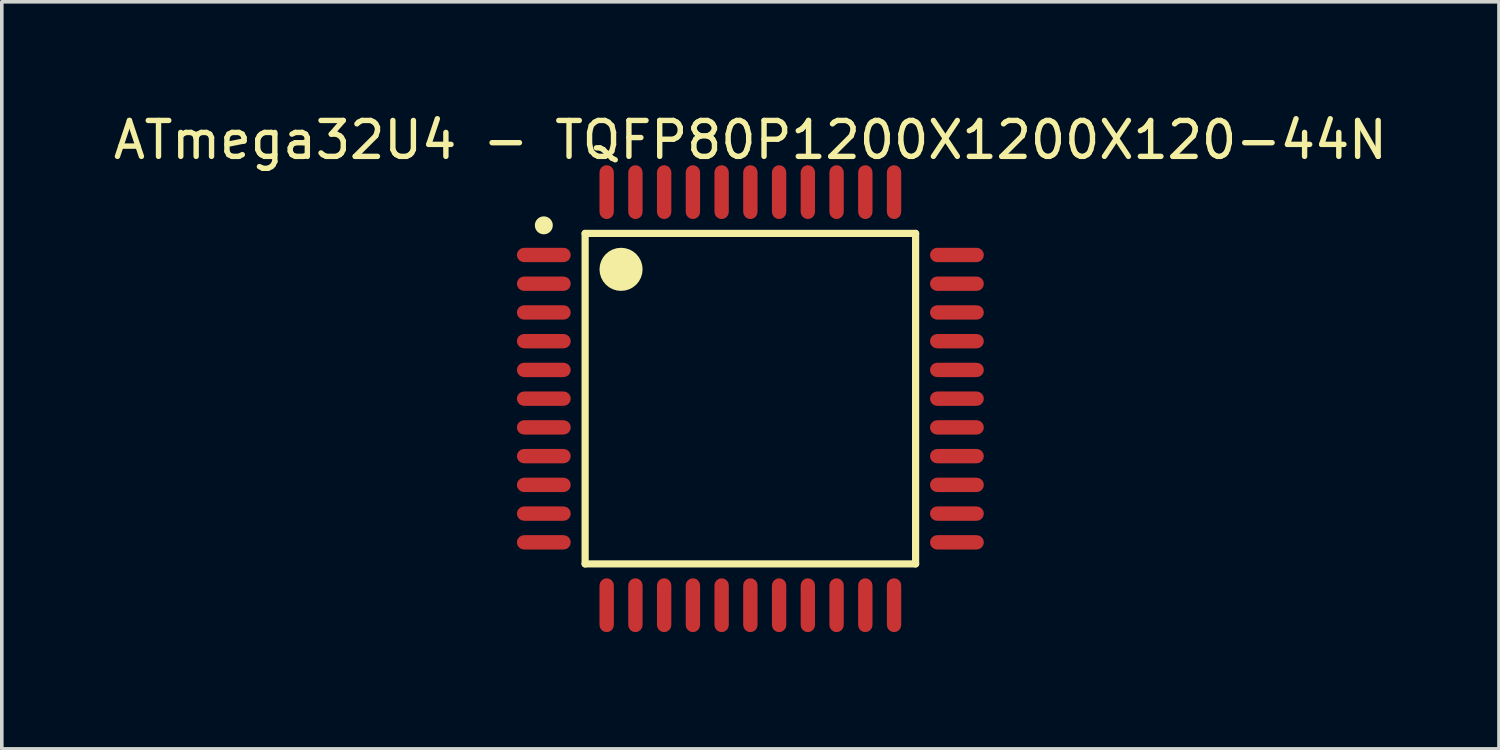
<source format=kicad_pcb>
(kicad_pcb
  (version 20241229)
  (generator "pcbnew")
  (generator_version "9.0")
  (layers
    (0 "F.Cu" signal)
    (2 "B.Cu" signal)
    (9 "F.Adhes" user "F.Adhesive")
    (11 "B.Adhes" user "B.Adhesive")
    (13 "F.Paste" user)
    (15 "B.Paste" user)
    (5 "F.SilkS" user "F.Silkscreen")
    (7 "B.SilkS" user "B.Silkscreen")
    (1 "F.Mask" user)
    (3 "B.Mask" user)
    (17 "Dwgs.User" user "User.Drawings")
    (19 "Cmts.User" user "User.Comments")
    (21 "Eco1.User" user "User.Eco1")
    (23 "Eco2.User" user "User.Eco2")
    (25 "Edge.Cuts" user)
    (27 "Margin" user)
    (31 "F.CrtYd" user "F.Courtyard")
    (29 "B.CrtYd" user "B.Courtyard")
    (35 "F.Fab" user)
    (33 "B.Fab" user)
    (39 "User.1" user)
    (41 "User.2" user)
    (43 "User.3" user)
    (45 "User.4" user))
  (footprint "ATmega32U4 - TQFP80P1200X1200X120-44N"
    (layer "F.Cu")
    (at 17.839 8.048)
    (property "Reference" "ATmega32U4 - TQFP80P1200X1200X120-44N" (at 0 -7.2 0) (unlocked yes) (layer "F.SilkS") (effects (font (size 1 1) (thickness 0.15))))
    (fp_line (start -4.6 -4.6) (end 4.6 -4.6) (stroke (width 0.2) (type solid)) (layer "F.SilkS"))
    (fp_line (start -4.6 4.6) (end -4.6 -4.6) (stroke (width 0.2) (type solid)) (layer "F.SilkS"))
    (fp_line (start -4.6 4.6) (end 4.6 4.6) (stroke (width 0.2) (type solid)) (layer "F.SilkS"))
    (fp_line (start 4.6 4.6) (end 4.6 -4.6) (stroke (width 0.2) (type solid)) (layer "F.SilkS"))
    (fp_circle (center -5.75 -4.825) (end -5.75 -4.95) (stroke (width 0.25) (type solid)) (fill no) (layer "F.SilkS"))
    (fp_circle (center -3.6 -3.6) (end -3.6 -3.9) (stroke (width 0.6) (type solid)) (fill no) (layer "F.SilkS"))
    (fp_line (start -6.725 -6.725) (end 6.725 -6.725) (stroke (width 0.05) (type solid)) (layer "Eco2.User"))
    (fp_line (start -6.725 6.725) (end -6.725 -6.725) (stroke (width 0.05) (type solid)) (layer "Eco2.User"))
    (fp_line (start -6.725 6.725) (end 6.725 6.725) (stroke (width 0.05) (type solid)) (layer "Eco2.User"))
    (fp_line (start -0.5 0) (end 0.5 0) (stroke (width 0.1) (type solid)) (layer "Eco2.User"))
    (fp_line (start 0 0.5) (end 0 -0.5) (stroke (width 0.1) (type solid)) (layer "Eco2.User"))
    (fp_line (start 6.725 6.725) (end 6.725 -6.725) (stroke (width 0.05) (type solid)) (layer "Eco2.User"))
    (fp_line (start -5 -5) (end 5 -5) (stroke (width 0.1) (type solid)) (layer "User.2"))
    (fp_line (start -5 5) (end -5 -5) (stroke (width 0.1) (type solid)) (layer "User.2"))
    (fp_line (start -5 5) (end 5 5) (stroke (width 0.1) (type solid)) (layer "User.2"))
    (fp_line (start 5 5) (end 5 -5) (stroke (width 0.1) (type solid)) (layer "User.2"))
    (fp_circle (center -4.1 -4.1) (end -4.1 -4.6) (stroke (width 0.1) (type solid)) (fill no) (layer "User.2"))
    (pad "1" smd roundrect (at -5.75 -4 90) (size 0.4 1.5) (layers "F.Cu" "F.Mask" "F.Paste") (roundrect_rratio 0.5))
    (pad "2" smd roundrect (at -5.75 -3.2 90) (size 0.4 1.5) (layers "F.Cu" "F.Mask" "F.Paste") (roundrect_rratio 0.5))
    (pad "3" smd roundrect (at -5.75 -2.4 90) (size 0.4 1.5) (layers "F.Cu" "F.Mask" "F.Paste") (roundrect_rratio 0.5))
    (pad "4" smd roundrect (at -5.75 -1.6 90) (size 0.4 1.5) (layers "F.Cu" "F.Mask" "F.Paste") (roundrect_rratio 0.5))
    (pad "5" smd roundrect (at -5.75 -0.8 90) (size 0.4 1.5) (layers "F.Cu" "F.Mask" "F.Paste") (roundrect_rratio 0.5))
    (pad "6" smd roundrect (at -5.75 0 90) (size 0.4 1.5) (layers "F.Cu" "F.Mask" "F.Paste") (roundrect_rratio 0.5))
    (pad "7" smd roundrect (at -5.75 0.8 90) (size 0.4 1.5) (layers "F.Cu" "F.Mask" "F.Paste") (roundrect_rratio 0.5))
    (pad "8" smd roundrect (at -5.75 1.6 90) (size 0.4 1.5) (layers "F.Cu" "F.Mask" "F.Paste") (roundrect_rratio 0.5))
    (pad "9" smd roundrect (at -5.75 2.4 90) (size 0.4 1.5) (layers "F.Cu" "F.Mask" "F.Paste") (roundrect_rratio 0.5))
    (pad "10" smd roundrect (at -5.75 3.2 90) (size 0.4 1.5) (layers "F.Cu" "F.Mask" "F.Paste") (roundrect_rratio 0.5))
    (pad "11" smd roundrect (at -5.75 4 90) (size 0.4 1.5) (layers "F.Cu" "F.Mask" "F.Paste") (roundrect_rratio 0.5))
    (pad "12" smd roundrect (at -4 5.75) (size 0.4 1.5) (layers "F.Cu" "F.Mask" "F.Paste") (roundrect_rratio 0.5))
    (pad "13" smd roundrect (at -3.2 5.75) (size 0.4 1.5) (layers "F.Cu" "F.Mask" "F.Paste") (roundrect_rratio 0.5))
    (pad "14" smd roundrect (at -2.4 5.75) (size 0.4 1.5) (layers "F.Cu" "F.Mask" "F.Paste") (roundrect_rratio 0.5))
    (pad "15" smd roundrect (at -1.6 5.75) (size 0.4 1.5) (layers "F.Cu" "F.Mask" "F.Paste") (roundrect_rratio 0.5))
    (pad "16" smd roundrect (at -0.8 5.75) (size 0.4 1.5) (layers "F.Cu" "F.Mask" "F.Paste") (roundrect_rratio 0.5))
    (pad "17" smd roundrect (at 0 5.75) (size 0.4 1.5) (layers "F.Cu" "F.Mask" "F.Paste") (roundrect_rratio 0.5))
    (pad "18" smd roundrect (at 0.8 5.75) (size 0.4 1.5) (layers "F.Cu" "F.Mask" "F.Paste") (roundrect_rratio 0.5))
    (pad "19" smd roundrect (at 1.6 5.75) (size 0.4 1.5) (layers "F.Cu" "F.Mask" "F.Paste") (roundrect_rratio 0.5))
    (pad "20" smd roundrect (at 2.4 5.75) (size 0.4 1.5) (layers "F.Cu" "F.Mask" "F.Paste") (roundrect_rratio 0.5))
    (pad "21" smd roundrect (at 3.2 5.75) (size 0.4 1.5) (layers "F.Cu" "F.Mask" "F.Paste") (roundrect_rratio 0.5))
    (pad "22" smd roundrect (at 4 5.75) (size 0.4 1.5) (layers "F.Cu" "F.Mask" "F.Paste") (roundrect_rratio 0.5))
    (pad "23" smd roundrect (at 5.75 4 90) (size 0.4 1.5) (layers "F.Cu" "F.Mask" "F.Paste") (roundrect_rratio 0.5))
    (pad "24" smd roundrect (at 5.75 3.2 90) (size 0.4 1.5) (layers "F.Cu" "F.Mask" "F.Paste") (roundrect_rratio 0.5))
    (pad "25" smd roundrect (at 5.75 2.4 90) (size 0.4 1.5) (layers "F.Cu" "F.Mask" "F.Paste") (roundrect_rratio 0.5))
    (pad "26" smd roundrect (at 5.75 1.6 90) (size 0.4 1.5) (layers "F.Cu" "F.Mask" "F.Paste") (roundrect_rratio 0.5))
    (pad "27" smd roundrect (at 5.75 0.8 90) (size 0.4 1.5) (layers "F.Cu" "F.Mask" "F.Paste") (roundrect_rratio 0.5))
    (pad "28" smd roundrect (at 5.75 0 90) (size 0.4 1.5) (layers "F.Cu" "F.Mask" "F.Paste") (roundrect_rratio 0.5))
    (pad "29" smd roundrect (at 5.75 -0.8 90) (size 0.4 1.5) (layers "F.Cu" "F.Mask" "F.Paste") (roundrect_rratio 0.5))
    (pad "30" smd roundrect (at 5.75 -1.6 90) (size 0.4 1.5) (layers "F.Cu" "F.Mask" "F.Paste") (roundrect_rratio 0.5))
    (pad "31" smd roundrect (at 5.75 -2.4 90) (size 0.4 1.5) (layers "F.Cu" "F.Mask" "F.Paste") (roundrect_rratio 0.5))
    (pad "32" smd roundrect (at 5.75 -3.2 90) (size 0.4 1.5) (layers "F.Cu" "F.Mask" "F.Paste") (roundrect_rratio 0.5))
    (pad "33" smd roundrect (at 5.75 -4 90) (size 0.4 1.5) (layers "F.Cu" "F.Mask" "F.Paste") (roundrect_rratio 0.5))
    (pad "34" smd roundrect (at 4 -5.75) (size 0.4 1.5) (layers "F.Cu" "F.Mask" "F.Paste") (roundrect_rratio 0.5))
    (pad "35" smd roundrect (at 3.2 -5.75) (size 0.4 1.5) (layers "F.Cu" "F.Mask" "F.Paste") (roundrect_rratio 0.5))
    (pad "36" smd roundrect (at 2.4 -5.75) (size 0.4 1.5) (layers "F.Cu" "F.Mask" "F.Paste") (roundrect_rratio 0.5))
    (pad "37" smd roundrect (at 1.6 -5.75) (size 0.4 1.5) (layers "F.Cu" "F.Mask" "F.Paste") (roundrect_rratio 0.5))
    (pad "38" smd roundrect (at 0.8 -5.75) (size 0.4 1.5) (layers "F.Cu" "F.Mask" "F.Paste") (roundrect_rratio 0.5))
    (pad "39" smd roundrect (at 0 -5.75) (size 0.4 1.5) (layers "F.Cu" "F.Mask" "F.Paste") (roundrect_rratio 0.5))
    (pad "40" smd roundrect (at -0.8 -5.75) (size 0.4 1.5) (layers "F.Cu" "F.Mask" "F.Paste") (roundrect_rratio 0.5))
    (pad "41" smd roundrect (at -1.6 -5.75) (size 0.4 1.5) (layers "F.Cu" "F.Mask" "F.Paste") (roundrect_rratio 0.5))
    (pad "42" smd roundrect (at -2.4 -5.75) (size 0.4 1.5) (layers "F.Cu" "F.Mask" "F.Paste") (roundrect_rratio 0.5))
    (pad "43" smd roundrect (at -3.2 -5.75) (size 0.4 1.5) (layers "F.Cu" "F.Mask" "F.Paste") (roundrect_rratio 0.5))
    (pad "44" smd roundrect (at -4 -5.75) (size 0.4 1.5) (layers "F.Cu" "F.Mask" "F.Paste") (roundrect_rratio 0.5)))
  (gr_rect
    (start -3 -3)
    (end 38.679 17.798)
    (stroke (width 0.1) (type default))
    (fill no)
    (layer "Edge.Cuts")))
</source>
